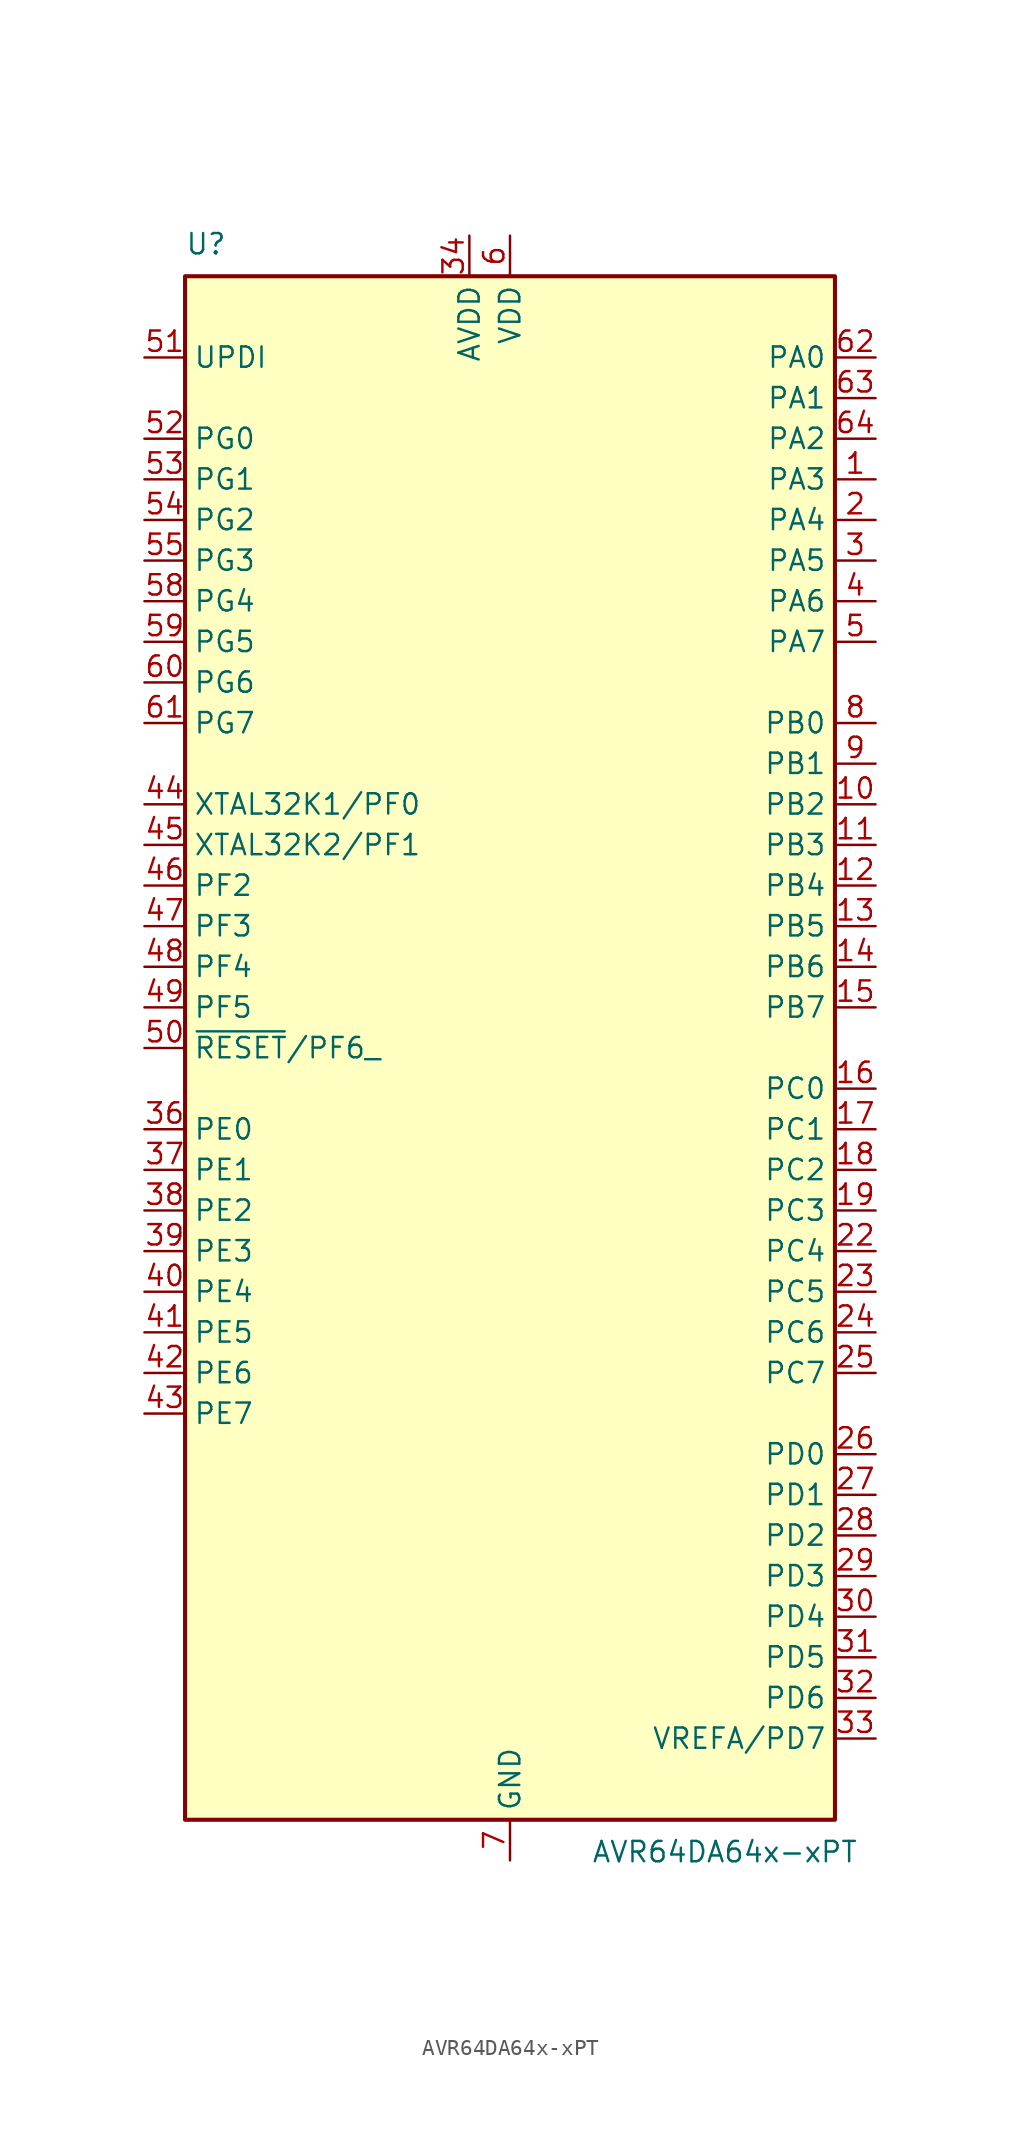
<source format=kicad_sym>
(kicad_symbol_lib
  (version 20211014)
  (generator kicad_symbol_editor)
  (symbol "AVR64DA64x-xPT"
    (property "Reference" "U"
      (at -20.32 49.53 0)
      (effects (font (size 1.27 1.27)) (justify left bottom)))
    (property "Value" "AVR64DA64x-xPT"
      (at 5.08 -49.53 0)
      (effects (font (size 1.27 1.27)) (justify left top)))
    (symbol "AVR64DA64x-xPT_0_1"
      (rectangle (start -20.32 48.26) (end 20.32 -48.26) (stroke (width 0.254) (type default) (color 0 0 0 0)) (fill (type background))))
    (symbol "AVR64DA64x-xPT_1_1"
      (pin bidirectional line (at 22.86 43.18 180) (length 2.54) (name "PA0" (effects (font (size 1.27 1.27)))) (number "62" (effects (font (size 1.27 1.27)))))
      (pin bidirectional line (at 22.86 40.64 180) (length 2.54) (name "PA1" (effects (font (size 1.27 1.27)))) (number "63" (effects (font (size 1.27 1.27)))))
      (pin bidirectional line (at 22.86 38.1 180) (length 2.54) (name "PA2" (effects (font (size 1.27 1.27)))) (number "64" (effects (font (size 1.27 1.27)))))
      (pin bidirectional line (at 22.86 35.56 180) (length 2.54) (name "PA3" (effects (font (size 1.27 1.27)))) (number "1" (effects (font (size 1.27 1.27)))))
      (pin bidirectional line (at 22.86 33.02 180) (length 2.54) (name "PA4" (effects (font (size 1.27 1.27)))) (number "2" (effects (font (size 1.27 1.27)))))
      (pin bidirectional line (at 22.86 30.48 180) (length 2.54) (name "PA5" (effects (font (size 1.27 1.27)))) (number "3" (effects (font (size 1.27 1.27)))))
      (pin bidirectional line (at 22.86 27.94 180) (length 2.54) (name "PA6" (effects (font (size 1.27 1.27)))) (number "4" (effects (font (size 1.27 1.27)))))
      (pin bidirectional line (at 22.86 25.4 180) (length 2.54) (name "PA7" (effects (font (size 1.27 1.27)))) (number "5" (effects (font (size 1.27 1.27)))))
      (pin bidirectional line (at 22.86 20.32 180) (length 2.54) (name "PB0" (effects (font (size 1.27 1.27)))) (number "8" (effects (font (size 1.27 1.27)))))
      (pin bidirectional line (at 22.86 17.78 180) (length 2.54) (name "PB1" (effects (font (size 1.27 1.27)))) (number "9" (effects (font (size 1.27 1.27)))))
      (pin bidirectional line (at 22.86 15.24 180) (length 2.54) (name "PB2" (effects (font (size 1.27 1.27)))) (number "10" (effects (font (size 1.27 1.27)))))
      (pin bidirectional line (at 22.86 12.7 180) (length 2.54) (name "PB3" (effects (font (size 1.27 1.27)))) (number "11" (effects (font (size 1.27 1.27)))))
      (pin bidirectional line (at 22.86 10.16 180) (length 2.54) (name "PB4" (effects (font (size 1.27 1.27)))) (number "12" (effects (font (size 1.27 1.27)))))
      (pin bidirectional line (at 22.86 7.62 180) (length 2.54) (name "PB5" (effects (font (size 1.27 1.27)))) (number "13" (effects (font (size 1.27 1.27)))))
      (pin bidirectional line (at 22.86 5.08 180) (length 2.54) (name "PB6" (effects (font (size 1.27 1.27)))) (number "14" (effects (font (size 1.27 1.27)))))
      (pin bidirectional line (at 22.86 2.54 180) (length 2.54) (name "PB7" (effects (font (size 1.27 1.27)))) (number "15" (effects (font (size 1.27 1.27)))))
      (pin bidirectional line (at 22.86 -2.54 180) (length 2.54) (name "PC0" (effects (font (size 1.27 1.27)))) (number "16" (effects (font (size 1.27 1.27)))))
      (pin bidirectional line (at 22.86 -5.08 180) (length 2.54) (name "PC1" (effects (font (size 1.27 1.27)))) (number "17" (effects (font (size 1.27 1.27)))))
      (pin bidirectional line (at 22.86 -7.62 180) (length 2.54) (name "PC2" (effects (font (size 1.27 1.27)))) (number "18" (effects (font (size 1.27 1.27)))))
      (pin bidirectional line (at 22.86 -10.16 180) (length 2.54) (name "PC3" (effects (font (size 1.27 1.27)))) (number "19" (effects (font (size 1.27 1.27)))))
      (pin bidirectional line (at 22.86 -12.7 180) (length 2.54) (name "PC4" (effects (font (size 1.27 1.27)))) (number "22" (effects (font (size 1.27 1.27)))))
      (pin bidirectional line (at 22.86 -15.24 180) (length 2.54) (name "PC5" (effects (font (size 1.27 1.27)))) (number "23" (effects (font (size 1.27 1.27)))))
      (pin bidirectional line (at 22.86 -17.78 180) (length 2.54) (name "PC6" (effects (font (size 1.27 1.27)))) (number "24" (effects (font (size 1.27 1.27)))))
      (pin bidirectional line (at 22.86 -20.32 180) (length 2.54) (name "PC7" (effects (font (size 1.27 1.27)))) (number "25" (effects (font (size 1.27 1.27)))))
      (pin bidirectional line (at 22.86 -25.4 180) (length 2.54) (name "PD0" (effects (font (size 1.27 1.27)))) (number "26" (effects (font (size 1.27 1.27)))))
      (pin bidirectional line (at 22.86 -27.94 180) (length 2.54) (name "PD1" (effects (font (size 1.27 1.27)))) (number "27" (effects (font (size 1.27 1.27)))))
      (pin bidirectional line (at 22.86 -30.48 180) (length 2.54) (name "PD2" (effects (font (size 1.27 1.27)))) (number "28" (effects (font (size 1.27 1.27)))))
      (pin bidirectional line (at 22.86 -33.02 180) (length 2.54) (name "PD3" (effects (font (size 1.27 1.27)))) (number "29" (effects (font (size 1.27 1.27)))))
      (pin bidirectional line (at 22.86 -35.56 180) (length 2.54) (name "PD4" (effects (font (size 1.27 1.27)))) (number "30" (effects (font (size 1.27 1.27)))))
      (pin bidirectional line (at 22.86 -38.1 180) (length 2.54) (name "PD5" (effects (font (size 1.27 1.27)))) (number "31" (effects (font (size 1.27 1.27)))))
      (pin bidirectional line (at 22.86 -40.64 180) (length 2.54) (name "PD6" (effects (font (size 1.27 1.27)))) (number "32" (effects (font (size 1.27 1.27)))))
      (pin bidirectional line (at 22.86 -43.18 180) (length 2.54) (name "VREFA/PD7" (effects (font (size 1.27 1.27)))) (number "33" (effects (font (size 1.27 1.27)))))
      (pin input line (at -22.86 43.18 0) (length 2.54) (name "UPDI" (effects (font (size 1.27 1.27)))) (number "51" (effects (font (size 1.27 1.27)))))
      (pin bidirectional line (at -22.86 38.1 0) (length 2.54) (name "PG0" (effects (font (size 1.27 1.27)))) (number "52" (effects (font (size 1.27 1.27)))))
      (pin bidirectional line (at -22.86 35.56 0) (length 2.54) (name "PG1" (effects (font (size 1.27 1.27)))) (number "53" (effects (font (size 1.27 1.27)))))
      (pin bidirectional line (at -22.86 33.02 0) (length 2.54) (name "PG2" (effects (font (size 1.27 1.27)))) (number "54" (effects (font (size 1.27 1.27)))))
      (pin bidirectional line (at -22.86 30.48 0) (length 2.54) (name "PG3" (effects (font (size 1.27 1.27)))) (number "55" (effects (font (size 1.27 1.27)))))
      (pin bidirectional line (at -22.86 27.94 0) (length 2.54) (name "PG4" (effects (font (size 1.27 1.27)))) (number "58" (effects (font (size 1.27 1.27)))))
      (pin bidirectional line (at -22.86 25.4 0) (length 2.54) (name "PG5" (effects (font (size 1.27 1.27)))) (number "59" (effects (font (size 1.27 1.27)))))
      (pin bidirectional line (at -22.86 22.86 0) (length 2.54) (name "PG6" (effects (font (size 1.27 1.27)))) (number "60" (effects (font (size 1.27 1.27)))))
      (pin bidirectional line (at -22.86 20.32 0) (length 2.54) (name "PG7" (effects (font (size 1.27 1.27)))) (number "61" (effects (font (size 1.27 1.27)))))
      (pin bidirectional line (at -22.86 15.24 0) (length 2.54) (name "XTAL32K1/PF0" (effects (font (size 1.27 1.27)))) (number "44" (effects (font (size 1.27 1.27)))))
      (pin bidirectional line (at -22.86 12.7 0) (length 2.54) (name "XTAL32K2/PF1" (effects (font (size 1.27 1.27)))) (number "45" (effects (font (size 1.27 1.27)))))
      (pin bidirectional line (at -22.86 10.16 0) (length 2.54) (name "PF2" (effects (font (size 1.27 1.27)))) (number "46" (effects (font (size 1.27 1.27)))))
      (pin bidirectional line (at -22.86 7.62 0) (length 2.54) (name "PF3" (effects (font (size 1.27 1.27)))) (number "47" (effects (font (size 1.27 1.27)))))
      (pin bidirectional line (at -22.86 5.08 0) (length 2.54) (name "PF4" (effects (font (size 1.27 1.27)))) (number "48" (effects (font (size 1.27 1.27)))))
      (pin bidirectional line (at -22.86 2.54 0) (length 2.54) (name "PF5" (effects (font (size 1.27 1.27)))) (number "49" (effects (font (size 1.27 1.27)))))
      (pin bidirectional line (at -22.86 0 0) (length 2.54) (name "~{RESET}/PF6 " (effects (font (size 1.27 1.27)))) (number "50" (effects (font (size 1.27 1.27)))))
      (pin bidirectional line (at -22.86 -5.08 0) (length 2.54) (name "PE0" (effects (font (size 1.27 1.27)))) (number "36" (effects (font (size 1.27 1.27)))))
      (pin bidirectional line (at -22.86 -7.62 0) (length 2.54) (name "PE1" (effects (font (size 1.27 1.27)))) (number "37" (effects (font (size 1.27 1.27)))))
      (pin bidirectional line (at -22.86 -10.16 0) (length 2.54) (name "PE2" (effects (font (size 1.27 1.27)))) (number "38" (effects (font (size 1.27 1.27)))))
      (pin bidirectional line (at -22.86 -12.7 0) (length 2.54) (name "PE3" (effects (font (size 1.27 1.27)))) (number "39" (effects (font (size 1.27 1.27)))))
      (pin bidirectional line (at -22.86 -15.24 0) (length 2.54) (name "PE4" (effects (font (size 1.27 1.27)))) (number "40" (effects (font (size 1.27 1.27)))))
      (pin bidirectional line (at -22.86 -17.78 0) (length 2.54) (name "PE5" (effects (font (size 1.27 1.27)))) (number "41" (effects (font (size 1.27 1.27)))))
      (pin bidirectional line (at -22.86 -20.32 0) (length 2.54) (name "PE6" (effects (font (size 1.27 1.27)))) (number "42" (effects (font (size 1.27 1.27)))))
      (pin bidirectional line (at -22.86 -22.86 0) (length 2.54) (name "PE7" (effects (font (size 1.27 1.27)))) (number "43" (effects (font (size 1.27 1.27)))))
      (pin power_in line (at -2.54 50.8 270) (length 2.54) (name "AVDD" (effects (font (size 1.27 1.27)))) (number "34" (effects (font (size 1.27 1.27)))))
      (pin power_in line (at 0 50.8 270) (length 2.54) (name "VDD" (effects (font (size 1.27 1.27)))) (number "6" (effects (font (size 1.27 1.27)))))
      (pin passive line (at 0 50.8 270) (length 2.54) hide (name "VDD" (effects (font (size 1.27 1.27)))) (number "20" (effects (font (size 1.27 1.27)))))
      (pin passive line (at 0 50.8 270) (length 2.54) hide (name "VDD" (effects (font (size 1.27 1.27)))) (number "56" (effects (font (size 1.27 1.27)))))
      (pin power_in line (at 0 -50.8 90) (length 2.54) (name "GND" (effects (font (size 1.27 1.27)))) (number "7" (effects (font (size 1.27 1.27)))))
      (pin passive line (at 0 -50.8 90) (length 2.54) hide (name "GND" (effects (font (size 1.27 1.27)))) (number "21" (effects (font (size 1.27 1.27)))))
      (pin passive line (at 0 -50.8 90) (length 2.54) hide (name "GND" (effects (font (size 1.27 1.27)))) (number "35" (effects (font (size 1.27 1.27)))))
      (pin passive line (at 0 -50.8 90) (length 2.54) hide (name "GND" (effects (font (size 1.27 1.27)))) (number "57" (effects (font (size 1.27 1.27))))))))
</source>
